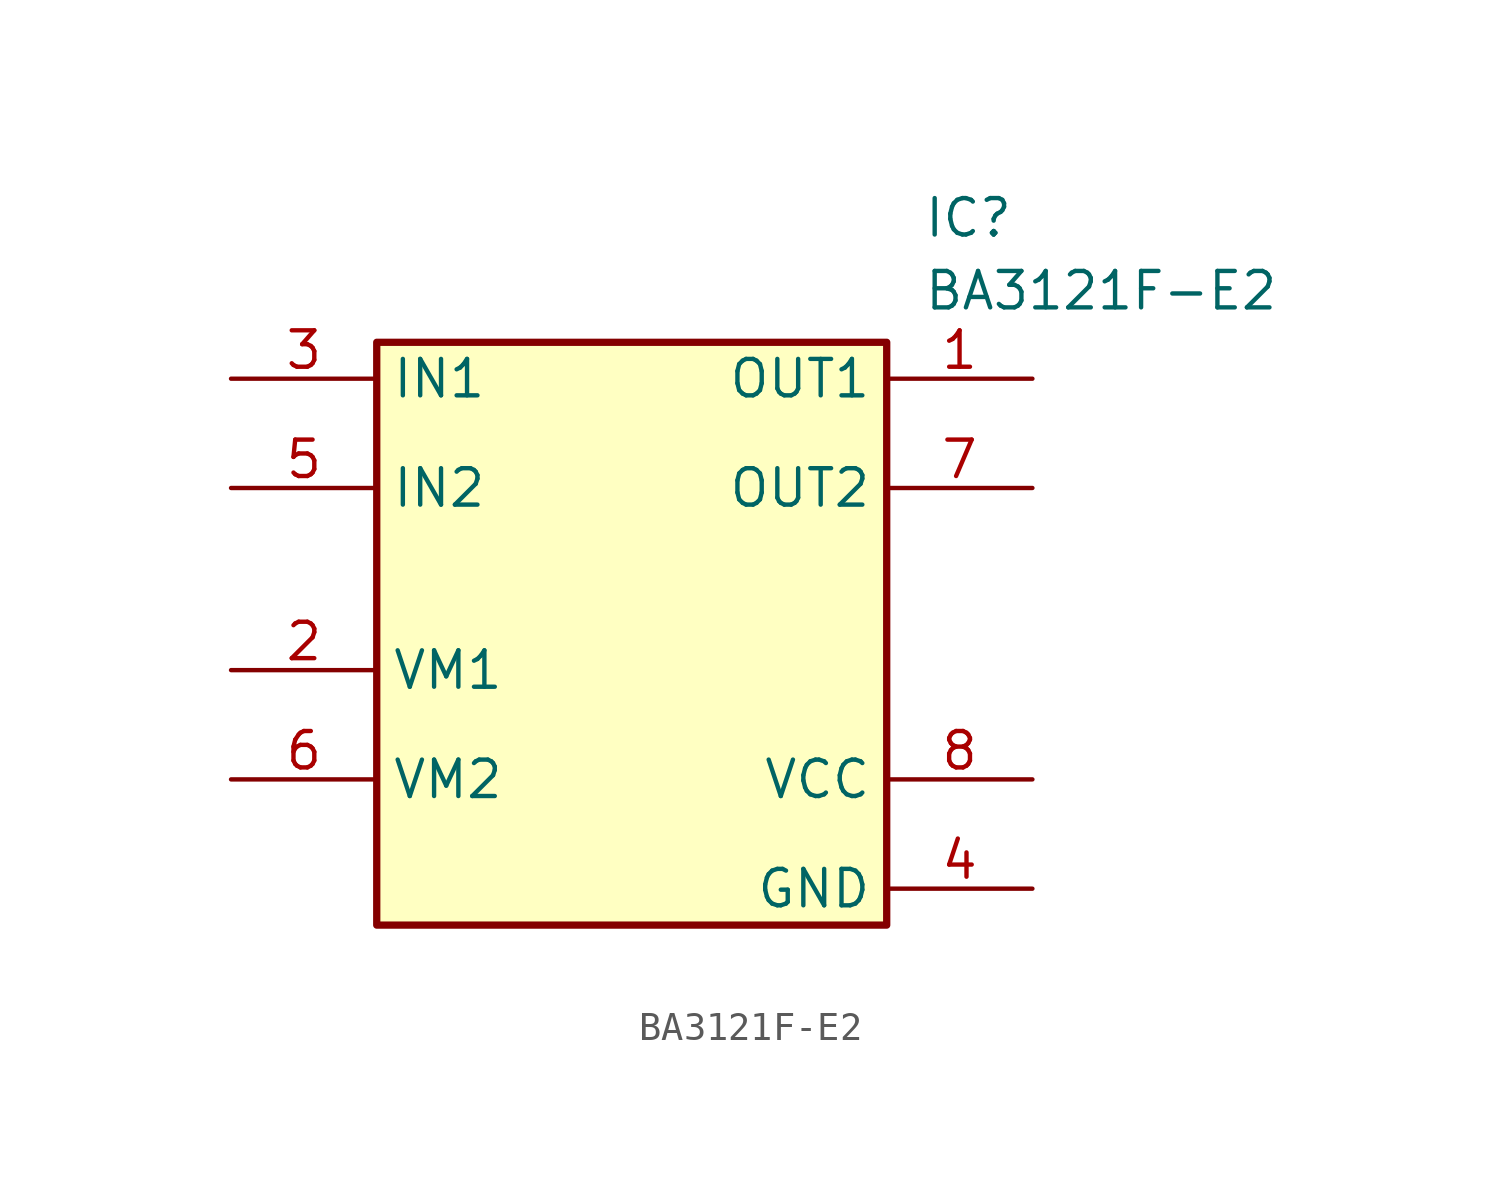
<source format=kicad_sym>
(kicad_symbol_lib
  (version 20220914)
  (generator kicad_symbol_editor)
  (symbol "BA3121F-E2"
    (property "Reference" "IC"
      (at 24.13 7.62 0)
      (effects (font (size 1.27 1.27)) (justify left top)))
    (property "Value" "BA3121F-E2"
      (at 24.13 5.08 0)
      (effects (font (size 1.27 1.27)) (justify left top)))
    (symbol "BA3121F-E2_1_1"
      (rectangle (start 5.08 2.54) (end 22.86 -17.78) (stroke (width 0.254) (type default)) (fill (type background)))
      (pin passive line (at 27.94 1.27 180) (length 5.08) (name "OUT1" (effects (font (size 1.27 1.27)))) (number "1" (effects (font (size 1.27 1.27)))))
      (pin passive line (at 0 -8.89 0) (length 5.08) (name "VM1" (effects (font (size 1.27 1.27)))) (number "2" (effects (font (size 1.27 1.27)))))
      (pin passive line (at 0 1.27 0) (length 5.08) (name "IN1" (effects (font (size 1.27 1.27)))) (number "3" (effects (font (size 1.27 1.27)))))
      (pin passive line (at 27.94 -16.51 180) (length 5.08) (name "GND" (effects (font (size 1.27 1.27)))) (number "4" (effects (font (size 1.27 1.27)))))
      (pin passive line (at 0 -2.54 0) (length 5.08) (name "IN2" (effects (font (size 1.27 1.27)))) (number "5" (effects (font (size 1.27 1.27)))))
      (pin passive line (at 0 -12.7 0) (length 5.08) (name "VM2" (effects (font (size 1.27 1.27)))) (number "6" (effects (font (size 1.27 1.27)))))
      (pin passive line (at 27.94 -2.54 180) (length 5.08) (name "OUT2" (effects (font (size 1.27 1.27)))) (number "7" (effects (font (size 1.27 1.27)))))
      (pin passive line (at 27.94 -12.7 180) (length 5.08) (name "VCC" (effects (font (size 1.27 1.27)))) (number "8" (effects (font (size 1.27 1.27))))))))
</source>
